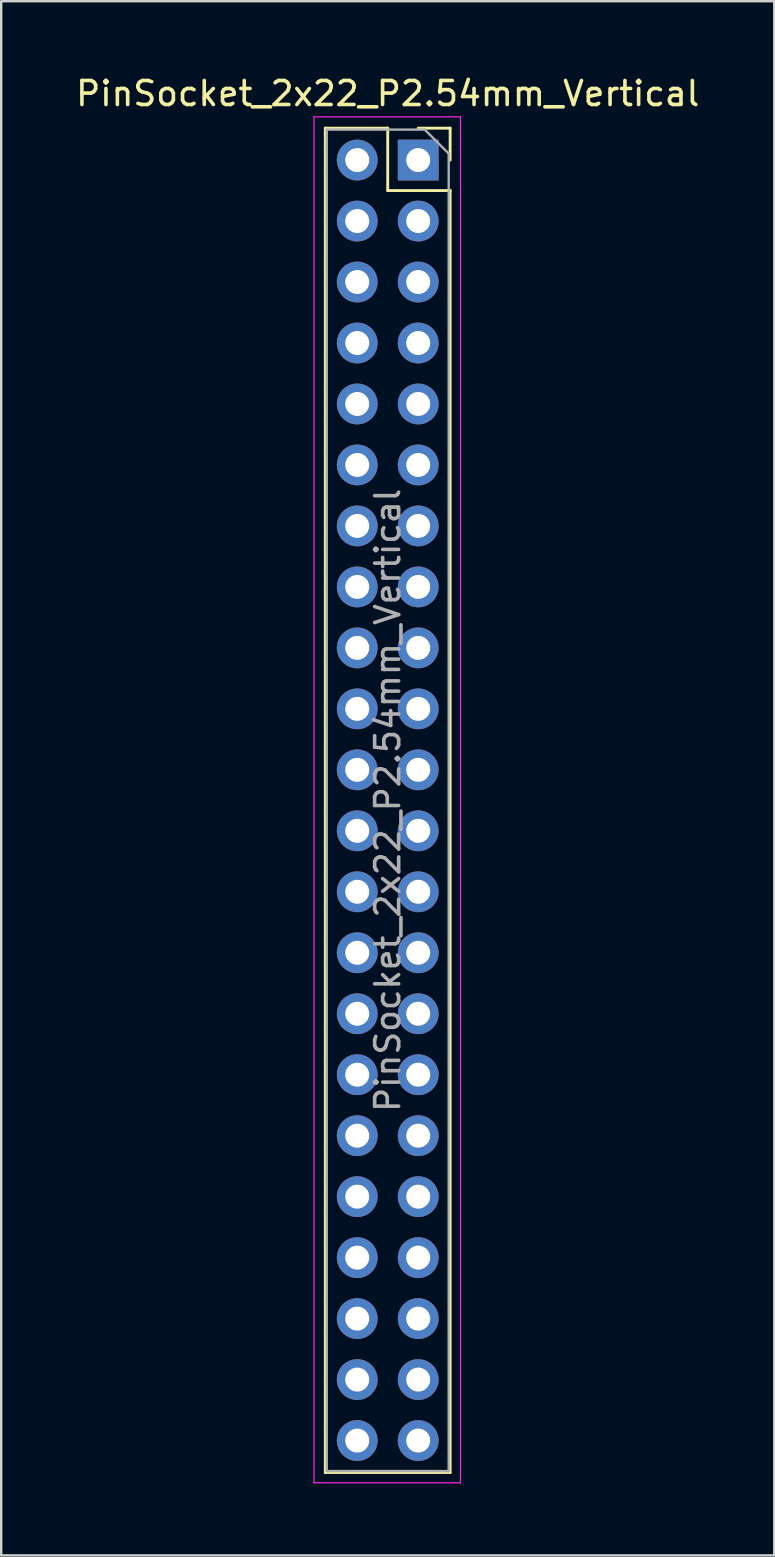
<source format=kicad_pcb>
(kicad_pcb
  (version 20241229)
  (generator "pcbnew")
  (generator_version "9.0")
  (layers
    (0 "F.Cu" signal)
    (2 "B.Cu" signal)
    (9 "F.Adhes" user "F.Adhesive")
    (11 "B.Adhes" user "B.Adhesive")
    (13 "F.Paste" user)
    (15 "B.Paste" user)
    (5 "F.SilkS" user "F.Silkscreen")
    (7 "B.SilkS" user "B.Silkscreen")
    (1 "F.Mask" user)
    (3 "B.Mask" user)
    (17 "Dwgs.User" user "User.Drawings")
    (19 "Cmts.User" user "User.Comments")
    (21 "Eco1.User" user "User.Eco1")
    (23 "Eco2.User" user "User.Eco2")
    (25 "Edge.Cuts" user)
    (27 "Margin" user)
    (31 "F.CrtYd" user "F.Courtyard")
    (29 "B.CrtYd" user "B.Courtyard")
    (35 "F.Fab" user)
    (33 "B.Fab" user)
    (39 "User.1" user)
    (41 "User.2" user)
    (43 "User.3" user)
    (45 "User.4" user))
  (footprint "PinSocket_2x22_P2.54mm_Vertical"
    (layer "F.Cu")
    (at 14.371 3.618)
    (property "Reference" "PinSocket_2x22_P2.54mm_Vertical" (at -1.27 -2.77 0) (layer "F.SilkS") (effects (font (size 1 1) (thickness 0.15))))
    (attr through_hole)
    (fp_line (start -3.87 -1.33) (end -3.87 54.67) (stroke (width 0.12) (type solid)) (layer "F.SilkS"))
    (fp_line (start -3.87 -1.33) (end -1.27 -1.33) (stroke (width 0.12) (type solid)) (layer "F.SilkS"))
    (fp_line (start -3.87 54.67) (end 1.33 54.67) (stroke (width 0.12) (type solid)) (layer "F.SilkS"))
    (fp_line (start -1.27 -1.33) (end -1.27 1.27) (stroke (width 0.12) (type solid)) (layer "F.SilkS"))
    (fp_line (start -1.27 1.27) (end 1.33 1.27) (stroke (width 0.12) (type solid)) (layer "F.SilkS"))
    (fp_line (start 0 -1.33) (end 1.33 -1.33) (stroke (width 0.12) (type solid)) (layer "F.SilkS"))
    (fp_line (start 1.33 -1.33) (end 1.33 0) (stroke (width 0.12) (type solid)) (layer "F.SilkS"))
    (fp_line (start 1.33 1.27) (end 1.33 54.67) (stroke (width 0.12) (type solid)) (layer "F.SilkS"))
    (fp_line (start -4.34 -1.8) (end 1.76 -1.8) (stroke (width 0.05) (type solid)) (layer "F.CrtYd"))
    (fp_line (start -4.34 55.1) (end -4.34 -1.8) (stroke (width 0.05) (type solid)) (layer "F.CrtYd"))
    (fp_line (start 1.76 -1.8) (end 1.76 55.1) (stroke (width 0.05) (type solid)) (layer "F.CrtYd"))
    (fp_line (start 1.76 55.1) (end -4.34 55.1) (stroke (width 0.05) (type solid)) (layer "F.CrtYd"))
    (fp_line (start -3.81 -1.27) (end 0.27 -1.27) (stroke (width 0.1) (type solid)) (layer "F.Fab"))
    (fp_line (start -3.81 54.61) (end -3.81 -1.27) (stroke (width 0.1) (type solid)) (layer "F.Fab"))
    (fp_line (start 0.27 -1.27) (end 1.27 -0.27) (stroke (width 0.1) (type solid)) (layer "F.Fab"))
    (fp_line (start 1.27 -0.27) (end 1.27 54.61) (stroke (width 0.1) (type solid)) (layer "F.Fab"))
    (fp_line (start 1.27 54.61) (end -3.81 54.61) (stroke (width 0.1) (type solid)) (layer "F.Fab"))
    (fp_text user "${REFERENCE}" (at -1.27 26.67 270) (layer "F.Fab") (effects (font (size 1 1) (thickness 0.15))))
    (pad "1" thru_hole rect (at 0 0) (size 1.7 1.7) (drill 1) (layers "*.Cu" "*.Mask"))
    (pad "2" thru_hole oval (at -2.54 0) (size 1.7 1.7) (drill 1) (layers "*.Cu" "*.Mask"))
    (pad "3" thru_hole oval (at 0 2.54) (size 1.7 1.7) (drill 1) (layers "*.Cu" "*.Mask"))
    (pad "4" thru_hole oval (at -2.54 2.54) (size 1.7 1.7) (drill 1) (layers "*.Cu" "*.Mask"))
    (pad "5" thru_hole oval (at 0 5.08) (size 1.7 1.7) (drill 1) (layers "*.Cu" "*.Mask"))
    (pad "6" thru_hole oval (at -2.54 5.08) (size 1.7 1.7) (drill 1) (layers "*.Cu" "*.Mask"))
    (pad "7" thru_hole oval (at 0 7.62) (size 1.7 1.7) (drill 1) (layers "*.Cu" "*.Mask"))
    (pad "8" thru_hole oval (at -2.54 7.62) (size 1.7 1.7) (drill 1) (layers "*.Cu" "*.Mask"))
    (pad "9" thru_hole oval (at 0 10.16) (size 1.7 1.7) (drill 1) (layers "*.Cu" "*.Mask"))
    (pad "10" thru_hole oval (at -2.54 10.16) (size 1.7 1.7) (drill 1) (layers "*.Cu" "*.Mask"))
    (pad "11" thru_hole oval (at 0 12.7) (size 1.7 1.7) (drill 1) (layers "*.Cu" "*.Mask"))
    (pad "12" thru_hole oval (at -2.54 12.7) (size 1.7 1.7) (drill 1) (layers "*.Cu" "*.Mask"))
    (pad "13" thru_hole oval (at 0 15.24) (size 1.7 1.7) (drill 1) (layers "*.Cu" "*.Mask"))
    (pad "14" thru_hole oval (at -2.54 15.24) (size 1.7 1.7) (drill 1) (layers "*.Cu" "*.Mask"))
    (pad "15" thru_hole oval (at 0 17.78) (size 1.7 1.7) (drill 1) (layers "*.Cu" "*.Mask"))
    (pad "16" thru_hole oval (at -2.54 17.78) (size 1.7 1.7) (drill 1) (layers "*.Cu" "*.Mask"))
    (pad "17" thru_hole oval (at 0 20.32) (size 1.7 1.7) (drill 1) (layers "*.Cu" "*.Mask"))
    (pad "18" thru_hole oval (at -2.54 20.32) (size 1.7 1.7) (drill 1) (layers "*.Cu" "*.Mask"))
    (pad "19" thru_hole oval (at 0 22.86) (size 1.7 1.7) (drill 1) (layers "*.Cu" "*.Mask"))
    (pad "20" thru_hole oval (at -2.54 22.86) (size 1.7 1.7) (drill 1) (layers "*.Cu" "*.Mask"))
    (pad "21" thru_hole oval (at 0 25.4) (size 1.7 1.7) (drill 1) (layers "*.Cu" "*.Mask"))
    (pad "22" thru_hole oval (at -2.54 25.4) (size 1.7 1.7) (drill 1) (layers "*.Cu" "*.Mask"))
    (pad "23" thru_hole oval (at 0 27.94) (size 1.7 1.7) (drill 1) (layers "*.Cu" "*.Mask"))
    (pad "24" thru_hole oval (at -2.54 27.94) (size 1.7 1.7) (drill 1) (layers "*.Cu" "*.Mask"))
    (pad "25" thru_hole oval (at 0 30.48) (size 1.7 1.7) (drill 1) (layers "*.Cu" "*.Mask"))
    (pad "26" thru_hole oval (at -2.54 30.48) (size 1.7 1.7) (drill 1) (layers "*.Cu" "*.Mask"))
    (pad "27" thru_hole oval (at 0 33.02) (size 1.7 1.7) (drill 1) (layers "*.Cu" "*.Mask"))
    (pad "28" thru_hole oval (at -2.54 33.02) (size 1.7 1.7) (drill 1) (layers "*.Cu" "*.Mask"))
    (pad "29" thru_hole oval (at 0 35.56) (size 1.7 1.7) (drill 1) (layers "*.Cu" "*.Mask"))
    (pad "30" thru_hole oval (at -2.54 35.56) (size 1.7 1.7) (drill 1) (layers "*.Cu" "*.Mask"))
    (pad "31" thru_hole oval (at 0 38.1) (size 1.7 1.7) (drill 1) (layers "*.Cu" "*.Mask"))
    (pad "32" thru_hole oval (at -2.54 38.1) (size 1.7 1.7) (drill 1) (layers "*.Cu" "*.Mask"))
    (pad "33" thru_hole oval (at 0 40.64) (size 1.7 1.7) (drill 1) (layers "*.Cu" "*.Mask"))
    (pad "34" thru_hole oval (at -2.54 40.64) (size 1.7 1.7) (drill 1) (layers "*.Cu" "*.Mask"))
    (pad "35" thru_hole oval (at 0 43.18) (size 1.7 1.7) (drill 1) (layers "*.Cu" "*.Mask"))
    (pad "36" thru_hole oval (at -2.54 43.18) (size 1.7 1.7) (drill 1) (layers "*.Cu" "*.Mask"))
    (pad "37" thru_hole oval (at 0 45.72) (size 1.7 1.7) (drill 1) (layers "*.Cu" "*.Mask"))
    (pad "38" thru_hole oval (at -2.54 45.72) (size 1.7 1.7) (drill 1) (layers "*.Cu" "*.Mask"))
    (pad "39" thru_hole oval (at 0 48.26) (size 1.7 1.7) (drill 1) (layers "*.Cu" "*.Mask"))
    (pad "40" thru_hole oval (at -2.54 48.26) (size 1.7 1.7) (drill 1) (layers "*.Cu" "*.Mask"))
    (pad "41" thru_hole oval (at 0 50.8) (size 1.7 1.7) (drill 1) (layers "*.Cu" "*.Mask"))
    (pad "42" thru_hole oval (at -2.54 50.8) (size 1.7 1.7) (drill 1) (layers "*.Cu" "*.Mask"))
    (pad "43" thru_hole oval (at 0 53.34) (size 1.7 1.7) (drill 1) (layers "*.Cu" "*.Mask"))
    (pad "44" thru_hole oval (at -2.54 53.34) (size 1.7 1.7) (drill 1) (layers "*.Cu" "*.Mask")))
  (gr_rect
    (start -3 -3)
    (end 29.202 61.743)
    (stroke (width 0.1) (type default))
    (fill no)
    (layer "Edge.Cuts")))
</source>
